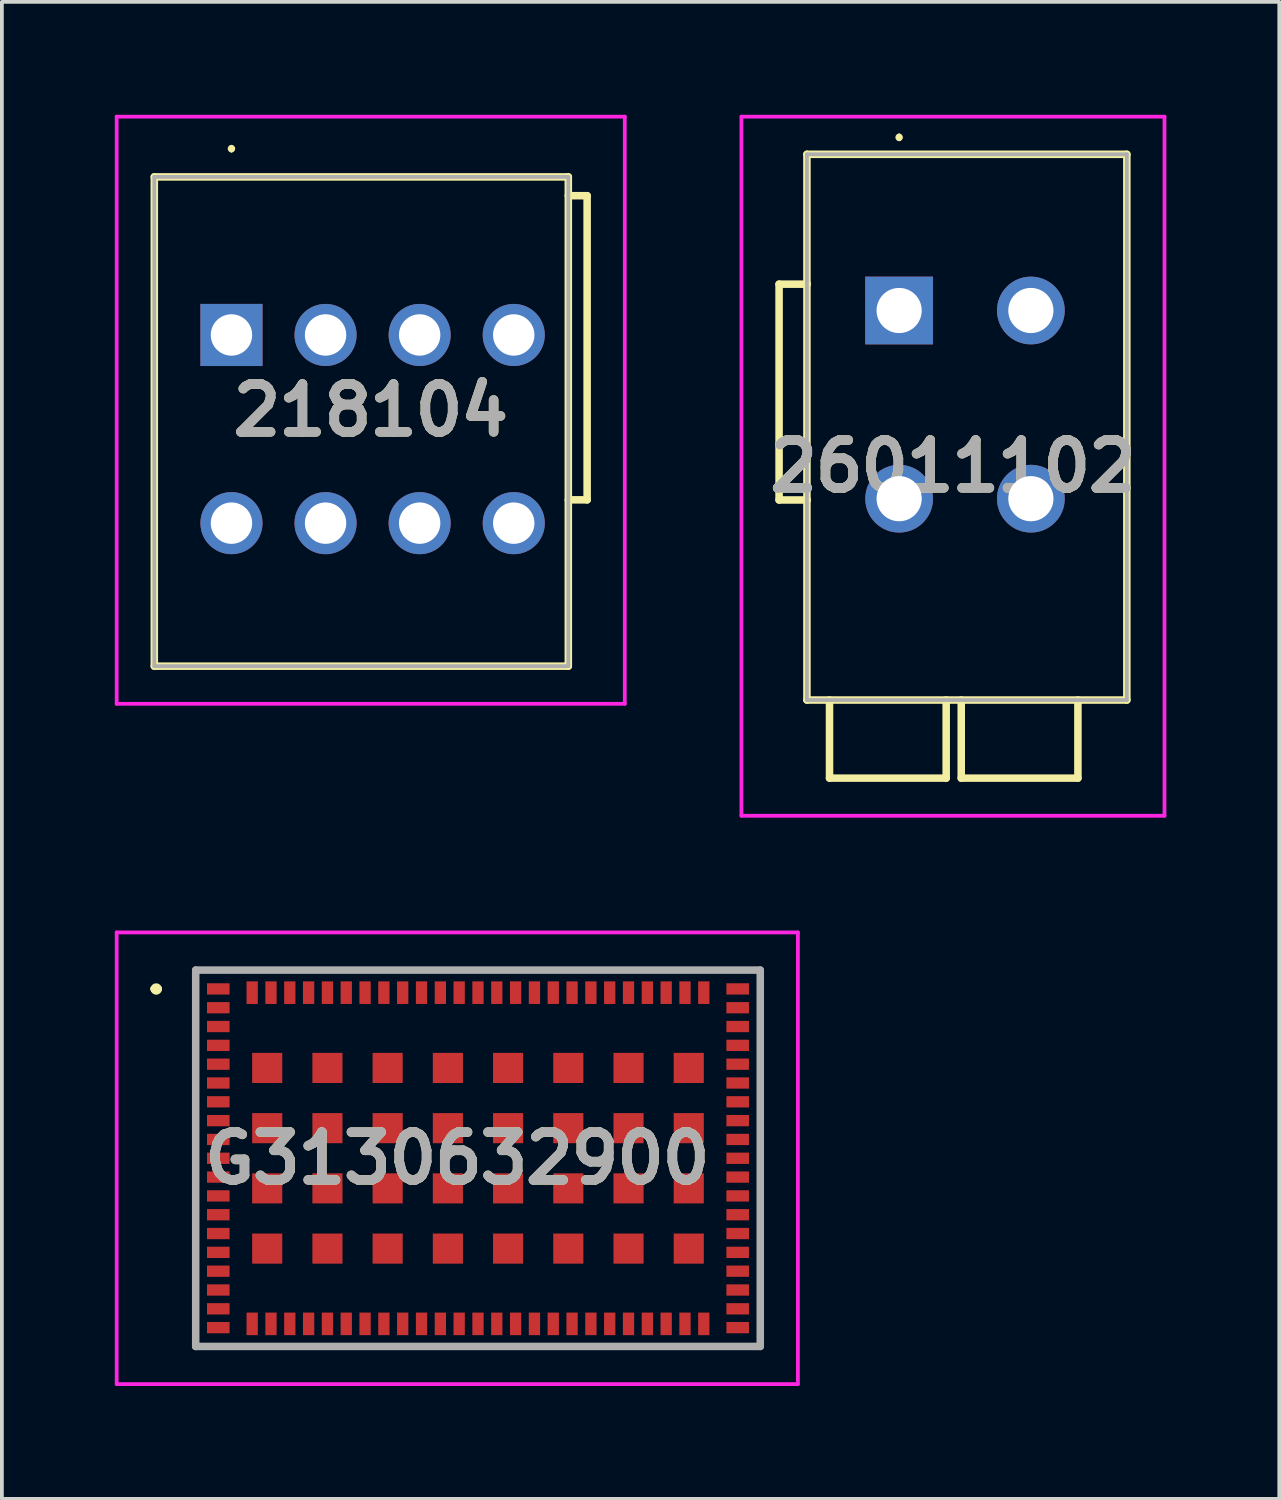
<source format=kicad_pcb>
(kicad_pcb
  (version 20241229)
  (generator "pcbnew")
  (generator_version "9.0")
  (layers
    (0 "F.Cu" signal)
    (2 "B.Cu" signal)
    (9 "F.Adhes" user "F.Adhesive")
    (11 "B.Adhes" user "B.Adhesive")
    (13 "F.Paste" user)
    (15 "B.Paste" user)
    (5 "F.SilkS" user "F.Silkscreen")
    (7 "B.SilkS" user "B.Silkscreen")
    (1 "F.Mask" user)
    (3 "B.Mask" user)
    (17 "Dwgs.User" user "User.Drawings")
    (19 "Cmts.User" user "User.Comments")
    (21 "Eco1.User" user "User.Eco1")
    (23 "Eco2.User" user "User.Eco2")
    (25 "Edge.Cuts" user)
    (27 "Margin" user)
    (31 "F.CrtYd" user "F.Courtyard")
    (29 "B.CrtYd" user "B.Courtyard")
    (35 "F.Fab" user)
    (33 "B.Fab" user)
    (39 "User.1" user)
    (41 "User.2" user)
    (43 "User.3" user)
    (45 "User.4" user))
  (footprint "26011102"
    (layer "F.Cu")
    (at 20.84 5.2)
    (property "Reference" "26011102" (at 1.43 4.138 0) (layer "F.SilkS") (effects (font (size 1.27 1.27) (thickness 0.254))))
    (attr through_hole)
    (fp_line (start -3.19 -0.7) (end -3.19 5.034) (stroke (width 0.2) (type solid)) (layer "F.SilkS"))
    (fp_line (start -3.19 5.034) (end -2.44 5.034) (stroke (width 0.2) (type solid)) (layer "F.SilkS"))
    (fp_line (start -2.45 -4.15) (end 6.05 -4.15) (stroke (width 0.2) (type solid)) (layer "F.SilkS"))
    (fp_line (start -2.45 10.35) (end -2.45 -4.15) (stroke (width 0.2) (type solid)) (layer "F.SilkS"))
    (fp_line (start -2.44 -0.7) (end -3.19 -0.7) (stroke (width 0.2) (type solid)) (layer "F.SilkS"))
    (fp_line (start -1.85 10.35) (end -1.85 12.425) (stroke (width 0.2) (type solid)) (layer "F.SilkS"))
    (fp_line (start -1.85 12.425) (end 1.25 12.425) (stroke (width 0.2) (type solid)) (layer "F.SilkS"))
    (fp_line (start 0 -4.65) (end 0 -4.65) (stroke (width 0.1) (type solid)) (layer "F.SilkS"))
    (fp_line (start 0 -4.55) (end 0 -4.55) (stroke (width 0.1) (type solid)) (layer "F.SilkS"))
    (fp_line (start 1.25 12.425) (end 1.25 10.35) (stroke (width 0.2) (type solid)) (layer "F.SilkS"))
    (fp_line (start 1.65 10.35) (end 1.65 12.425) (stroke (width 0.2) (type solid)) (layer "F.SilkS"))
    (fp_line (start 1.65 12.425) (end 4.75 12.425) (stroke (width 0.2) (type solid)) (layer "F.SilkS"))
    (fp_line (start 4.75 12.425) (end 4.75 10.35) (stroke (width 0.2) (type solid)) (layer "F.SilkS"))
    (fp_line (start 6.05 -4.15) (end 6.05 10.35) (stroke (width 0.2) (type solid)) (layer "F.SilkS"))
    (fp_line (start 6.05 10.35) (end -2.45 10.35) (stroke (width 0.2) (type solid)) (layer "F.SilkS"))
    (fp_arc (start 0 -4.65) (mid 0.05 -4.6) (end 0 -4.55) (stroke (width 0.1) (type solid)) (layer "F.SilkS"))
    (fp_arc (start 0 -4.55) (mid -0.05 -4.6) (end 0 -4.65) (stroke (width 0.1) (type solid)) (layer "F.SilkS"))
    (fp_line (start -4.19 -5.15) (end 7.05 -5.15) (stroke (width 0.1) (type solid)) (layer "F.CrtYd"))
    (fp_line (start -4.19 13.425) (end -4.19 -5.15) (stroke (width 0.1) (type solid)) (layer "F.CrtYd"))
    (fp_line (start 7.05 -5.15) (end 7.05 13.425) (stroke (width 0.1) (type solid)) (layer "F.CrtYd"))
    (fp_line (start 7.05 13.425) (end -4.19 13.425) (stroke (width 0.1) (type solid)) (layer "F.CrtYd"))
    (fp_line (start -2.45 -4.15) (end 6.05 -4.15) (stroke (width 0.1) (type solid)) (layer "F.Fab"))
    (fp_line (start -2.45 10.35) (end -2.45 -4.15) (stroke (width 0.1) (type solid)) (layer "F.Fab"))
    (fp_line (start 6.05 -4.15) (end 6.05 10.35) (stroke (width 0.1) (type solid)) (layer "F.Fab"))
    (fp_line (start 6.05 10.35) (end -2.45 10.35) (stroke (width 0.1) (type solid)) (layer "F.Fab"))
    (fp_text user "${REFERENCE}" (at 1.43 4.138 0) (layer "F.Fab") (effects (font (size 1.27 1.27) (thickness 0.254))))
    (pad "1" thru_hole rect (at 0 0) (size 1.8 1.8) (drill 1.2) (layers "*.Cu" "*.Mask"))
    (pad "2" thru_hole circle (at 0 5) (size 1.8 1.8) (drill 1.2) (layers "*.Cu" "*.Mask"))
    (pad "3" thru_hole circle (at 3.5 0) (size 1.8 1.8) (drill 1.2) (layers "*.Cu" "*.Mask"))
    (pad "4" thru_hole circle (at 3.5 5) (size 1.8 1.8) (drill 1.2) (layers "*.Cu" "*.Mask")))
  (footprint "218104"
    (layer "F.Cu")
    (at 3.1 5.85)
    (property "Reference" "218104" (at 3.7 2 0) (layer "F.SilkS") (effects (font (size 1.27 1.27) (thickness 0.254))))
    (attr through_hole)
    (fp_line (start -2.05 -4.2) (end 8.95 -4.2) (stroke (width 0.2) (type solid)) (layer "F.SilkS"))
    (fp_line (start -2.05 8.8) (end -2.05 -4.2) (stroke (width 0.2) (type solid)) (layer "F.SilkS"))
    (fp_line (start 0 -5) (end 0 -5) (stroke (width 0.1) (type solid)) (layer "F.SilkS"))
    (fp_line (start 0 -4.9) (end 0 -4.9) (stroke (width 0.1) (type solid)) (layer "F.SilkS"))
    (fp_line (start 8.95 -4.2) (end 8.95 8.8) (stroke (width 0.2) (type solid)) (layer "F.SilkS"))
    (fp_line (start 8.95 -3.7) (end 9.45 -3.7) (stroke (width 0.2) (type solid)) (layer "F.SilkS"))
    (fp_line (start 8.95 8.8) (end -2.05 8.8) (stroke (width 0.2) (type solid)) (layer "F.SilkS"))
    (fp_line (start 9.45 -3.7) (end 9.45 4.381) (stroke (width 0.2) (type solid)) (layer "F.SilkS"))
    (fp_line (start 9.45 4.381) (end 8.95 4.381) (stroke (width 0.2) (type solid)) (layer "F.SilkS"))
    (fp_arc (start 0 -5) (mid 0.05 -4.95) (end 0 -4.9) (stroke (width 0.1) (type solid)) (layer "F.SilkS"))
    (fp_arc (start 0 -4.9) (mid -0.05 -4.95) (end 0 -5) (stroke (width 0.1) (type solid)) (layer "F.SilkS"))
    (fp_line (start -3.05 -5.8) (end 10.45 -5.8) (stroke (width 0.1) (type solid)) (layer "F.CrtYd"))
    (fp_line (start -3.05 9.8) (end -3.05 -5.8) (stroke (width 0.1) (type solid)) (layer "F.CrtYd"))
    (fp_line (start 10.45 -5.8) (end 10.45 9.8) (stroke (width 0.1) (type solid)) (layer "F.CrtYd"))
    (fp_line (start 10.45 9.8) (end -3.05 9.8) (stroke (width 0.1) (type solid)) (layer "F.CrtYd"))
    (fp_line (start -2.05 -4.2) (end 8.95 -4.2) (stroke (width 0.1) (type solid)) (layer "F.Fab"))
    (fp_line (start -2.05 8.8) (end -2.05 -4.2) (stroke (width 0.1) (type solid)) (layer "F.Fab"))
    (fp_line (start 8.95 -4.2) (end 8.95 8.8) (stroke (width 0.1) (type solid)) (layer "F.Fab"))
    (fp_line (start 8.95 8.8) (end -2.05 8.8) (stroke (width 0.1) (type solid)) (layer "F.Fab"))
    (fp_text user "${REFERENCE}" (at 3.7 2 0) (layer "F.Fab") (effects (font (size 1.27 1.27) (thickness 0.254))))
    (pad "1" thru_hole rect (at 0 0) (size 1.65 1.65) (drill 1.1) (layers "*.Cu" "*.Mask"))
    (pad "2" thru_hole circle (at 0 5) (size 1.65 1.65) (drill 1.1) (layers "*.Cu" "*.Mask"))
    (pad "3" thru_hole circle (at 2.5 0) (size 1.65 1.65) (drill 1.1) (layers "*.Cu" "*.Mask"))
    (pad "4" thru_hole circle (at 2.5 5) (size 1.65 1.65) (drill 1.1) (layers "*.Cu" "*.Mask"))
    (pad "5" thru_hole circle (at 5 0) (size 1.65 1.65) (drill 1.1) (layers "*.Cu" "*.Mask"))
    (pad "6" thru_hole circle (at 5 5) (size 1.65 1.65) (drill 1.1) (layers "*.Cu" "*.Mask"))
    (pad "7" thru_hole circle (at 7.5 0) (size 1.65 1.65) (drill 1.1) (layers "*.Cu" "*.Mask"))
    (pad "8" thru_hole circle (at 7.5 5) (size 1.65 1.65) (drill 1.1) (layers "*.Cu" "*.Mask")))
  (footprint "G3130632900"
    (layer "F.Cu")
    (at 9.65 27.725)
    (property "Reference" "G3130632900" (at -0.55 0 0) (layer "F.SilkS") (effects (font (size 1.27 1.27) (thickness 0.254))))
    (attr smd)
    (fp_line (start -8.6 -4.5) (end -8.6 -4.5) (stroke (width 0.2) (type solid)) (layer "F.SilkS"))
    (fp_line (start -8.6 -4.5) (end -8.6 -4.5) (stroke (width 0.2) (type solid)) (layer "F.SilkS"))
    (fp_line (start -8.5 -4.5) (end -8.5 -4.5) (stroke (width 0.2) (type solid)) (layer "F.SilkS"))
    (fp_arc (start -8.6 -4.5) (mid -8.55 -4.55) (end -8.5 -4.5) (stroke (width 0.2) (type solid)) (layer "F.SilkS"))
    (fp_arc (start -8.5 -4.5) (mid -8.55 -4.45) (end -8.6 -4.5) (stroke (width 0.2) (type solid)) (layer "F.SilkS"))
    (fp_arc (start -8.5 -4.5) (mid -8.55 -4.45) (end -8.6 -4.5) (stroke (width 0.2) (type solid)) (layer "F.SilkS"))
    (fp_line (start -9.6 -6) (end 8.5 -6) (stroke (width 0.1) (type solid)) (layer "F.CrtYd"))
    (fp_line (start -9.6 6) (end -9.6 -6) (stroke (width 0.1) (type solid)) (layer "F.CrtYd"))
    (fp_line (start 8.5 -6) (end 8.5 6) (stroke (width 0.1) (type solid)) (layer "F.CrtYd"))
    (fp_line (start 8.5 6) (end -9.6 6) (stroke (width 0.1) (type solid)) (layer "F.CrtYd"))
    (fp_line (start -7.5 -5) (end -7.5 5) (stroke (width 0.2) (type solid)) (layer "F.Fab"))
    (fp_line (start -7.5 5) (end 7.5 5) (stroke (width 0.2) (type solid)) (layer "F.Fab"))
    (fp_line (start 7.5 -5) (end -7.5 -5) (stroke (width 0.2) (type solid)) (layer "F.Fab"))
    (fp_line (start 7.5 5) (end 7.5 -5) (stroke (width 0.2) (type solid)) (layer "F.Fab"))
    (fp_text user "${REFERENCE}" (at -0.55 0 0) (layer "F.Fab") (effects (font (size 1.27 1.27) (thickness 0.254))))
    (pad "1" smd rect (at -6.9 -4.5 90) (size 0.3 0.6) (layers "F.Cu" "F.Mask" "F.Paste"))
    (pad "2" smd rect (at -6.9 -4 90) (size 0.3 0.6) (layers "F.Cu" "F.Mask" "F.Paste"))
    (pad "3" smd rect (at -6.9 -3.5 90) (size 0.3 0.6) (layers "F.Cu" "F.Mask" "F.Paste"))
    (pad "4" smd rect (at -6.9 -3 90) (size 0.3 0.6) (layers "F.Cu" "F.Mask" "F.Paste"))
    (pad "5" smd rect (at -6.9 -2.5 90) (size 0.3 0.6) (layers "F.Cu" "F.Mask" "F.Paste"))
    (pad "6" smd rect (at -6.9 -2 90) (size 0.3 0.6) (layers "F.Cu" "F.Mask" "F.Paste"))
    (pad "7" smd rect (at -6.9 -1.5 90) (size 0.3 0.6) (layers "F.Cu" "F.Mask" "F.Paste"))
    (pad "8" smd rect (at -6.9 -1 90) (size 0.3 0.6) (layers "F.Cu" "F.Mask" "F.Paste"))
    (pad "9" smd rect (at -6.9 -0.5 90) (size 0.3 0.6) (layers "F.Cu" "F.Mask" "F.Paste"))
    (pad "10" smd rect (at -6.9 0 90) (size 0.3 0.6) (layers "F.Cu" "F.Mask" "F.Paste"))
    (pad "11" smd rect (at -6.9 0.5 90) (size 0.3 0.6) (layers "F.Cu" "F.Mask" "F.Paste"))
    (pad "12" smd rect (at -6.9 1 90) (size 0.3 0.6) (layers "F.Cu" "F.Mask" "F.Paste"))
    (pad "13" smd rect (at -6.9 1.5 90) (size 0.3 0.6) (layers "F.Cu" "F.Mask" "F.Paste"))
    (pad "14" smd rect (at -6.9 2 90) (size 0.3 0.6) (layers "F.Cu" "F.Mask" "F.Paste"))
    (pad "15" smd rect (at -6.9 2.5 90) (size 0.3 0.6) (layers "F.Cu" "F.Mask" "F.Paste"))
    (pad "16" smd rect (at -6.9 3 90) (size 0.3 0.6) (layers "F.Cu" "F.Mask" "F.Paste"))
    (pad "17" smd rect (at -6.9 3.5 90) (size 0.3 0.6) (layers "F.Cu" "F.Mask" "F.Paste"))
    (pad "18" smd rect (at -6.9 4 90) (size 0.3 0.6) (layers "F.Cu" "F.Mask" "F.Paste"))
    (pad "19" smd rect (at -6.9 4.5 90) (size 0.3 0.6) (layers "F.Cu" "F.Mask" "F.Paste"))
    (pad "20" smd rect (at -6 4.4) (size 0.3 0.6) (layers "F.Cu" "F.Mask" "F.Paste"))
    (pad "21" smd rect (at -5.5 4.4) (size 0.3 0.6) (layers "F.Cu" "F.Mask" "F.Paste"))
    (pad "22" smd rect (at -5 4.4) (size 0.3 0.6) (layers "F.Cu" "F.Mask" "F.Paste"))
    (pad "23" smd rect (at -4.5 4.4) (size 0.3 0.6) (layers "F.Cu" "F.Mask" "F.Paste"))
    (pad "24" smd rect (at -4 4.4) (size 0.3 0.6) (layers "F.Cu" "F.Mask" "F.Paste"))
    (pad "25" smd rect (at -3.5 4.4) (size 0.3 0.6) (layers "F.Cu" "F.Mask" "F.Paste"))
    (pad "26" smd rect (at -3 4.4) (size 0.3 0.6) (layers "F.Cu" "F.Mask" "F.Paste"))
    (pad "27" smd rect (at -2.5 4.4) (size 0.3 0.6) (layers "F.Cu" "F.Mask" "F.Paste"))
    (pad "28" smd rect (at -2 4.4) (size 0.3 0.6) (layers "F.Cu" "F.Mask" "F.Paste"))
    (pad "29" smd rect (at -1.5 4.4) (size 0.3 0.6) (layers "F.Cu" "F.Mask" "F.Paste"))
    (pad "30" smd rect (at -1 4.4) (size 0.3 0.6) (layers "F.Cu" "F.Mask" "F.Paste"))
    (pad "31" smd rect (at -0.5 4.4) (size 0.3 0.6) (layers "F.Cu" "F.Mask" "F.Paste"))
    (pad "32" smd rect (at 0 4.4) (size 0.3 0.6) (layers "F.Cu" "F.Mask" "F.Paste"))
    (pad "33" smd rect (at 0.5 4.4) (size 0.3 0.6) (layers "F.Cu" "F.Mask" "F.Paste"))
    (pad "34" smd rect (at 1 4.4) (size 0.3 0.6) (layers "F.Cu" "F.Mask" "F.Paste"))
    (pad "35" smd rect (at 1.5 4.4) (size 0.3 0.6) (layers "F.Cu" "F.Mask" "F.Paste"))
    (pad "36" smd rect (at 2 4.4) (size 0.3 0.6) (layers "F.Cu" "F.Mask" "F.Paste"))
    (pad "37" smd rect (at 2.5 4.4) (size 0.3 0.6) (layers "F.Cu" "F.Mask" "F.Paste"))
    (pad "38" smd rect (at 3 4.4) (size 0.3 0.6) (layers "F.Cu" "F.Mask" "F.Paste"))
    (pad "39" smd rect (at 3.5 4.4) (size 0.3 0.6) (layers "F.Cu" "F.Mask" "F.Paste"))
    (pad "40" smd rect (at 4 4.4) (size 0.3 0.6) (layers "F.Cu" "F.Mask" "F.Paste"))
    (pad "41" smd rect (at 4.5 4.4) (size 0.3 0.6) (layers "F.Cu" "F.Mask" "F.Paste"))
    (pad "42" smd rect (at 5 4.4) (size 0.3 0.6) (layers "F.Cu" "F.Mask" "F.Paste"))
    (pad "43" smd rect (at 5.5 4.4) (size 0.3 0.6) (layers "F.Cu" "F.Mask" "F.Paste"))
    (pad "44" smd rect (at 6 4.4) (size 0.3 0.6) (layers "F.Cu" "F.Mask" "F.Paste"))
    (pad "45" smd rect (at 6.9 4.5 90) (size 0.3 0.6) (layers "F.Cu" "F.Mask" "F.Paste"))
    (pad "46" smd rect (at 6.9 4 90) (size 0.3 0.6) (layers "F.Cu" "F.Mask" "F.Paste"))
    (pad "47" smd rect (at 6.9 3.5 90) (size 0.3 0.6) (layers "F.Cu" "F.Mask" "F.Paste"))
    (pad "48" smd rect (at 6.9 3 90) (size 0.3 0.6) (layers "F.Cu" "F.Mask" "F.Paste"))
    (pad "49" smd rect (at 6.9 2.5 90) (size 0.3 0.6) (layers "F.Cu" "F.Mask" "F.Paste"))
    (pad "50" smd rect (at 6.9 2 90) (size 0.3 0.6) (layers "F.Cu" "F.Mask" "F.Paste"))
    (pad "51" smd rect (at 6.9 1.5 90) (size 0.3 0.6) (layers "F.Cu" "F.Mask" "F.Paste"))
    (pad "52" smd rect (at 6.9 1 90) (size 0.3 0.6) (layers "F.Cu" "F.Mask" "F.Paste"))
    (pad "53" smd rect (at 6.9 0.5 90) (size 0.3 0.6) (layers "F.Cu" "F.Mask" "F.Paste"))
    (pad "54" smd rect (at 6.9 0 90) (size 0.3 0.6) (layers "F.Cu" "F.Mask" "F.Paste"))
    (pad "55" smd rect (at 6.9 -0.5 90) (size 0.3 0.6) (layers "F.Cu" "F.Mask" "F.Paste"))
    (pad "56" smd rect (at 6.9 -1 90) (size 0.3 0.6) (layers "F.Cu" "F.Mask" "F.Paste"))
    (pad "57" smd rect (at 6.9 -1.5 90) (size 0.3 0.6) (layers "F.Cu" "F.Mask" "F.Paste"))
    (pad "58" smd rect (at 6.9 -2 90) (size 0.3 0.6) (layers "F.Cu" "F.Mask" "F.Paste"))
    (pad "59" smd rect (at 6.9 -2.5 90) (size 0.3 0.6) (layers "F.Cu" "F.Mask" "F.Paste"))
    (pad "60" smd rect (at 6.9 -3 90) (size 0.3 0.6) (layers "F.Cu" "F.Mask" "F.Paste"))
    (pad "61" smd rect (at 6.9 -3.5 90) (size 0.3 0.6) (layers "F.Cu" "F.Mask" "F.Paste"))
    (pad "62" smd rect (at 6.9 -4 90) (size 0.3 0.6) (layers "F.Cu" "F.Mask" "F.Paste"))
    (pad "63" smd rect (at 6.9 -4.5 90) (size 0.3 0.6) (layers "F.Cu" "F.Mask" "F.Paste"))
    (pad "64" smd rect (at 6 -4.4) (size 0.3 0.6) (layers "F.Cu" "F.Mask" "F.Paste"))
    (pad "65" smd rect (at 5.5 -4.4) (size 0.3 0.6) (layers "F.Cu" "F.Mask" "F.Paste"))
    (pad "66" smd rect (at 5 -4.4) (size 0.3 0.6) (layers "F.Cu" "F.Mask" "F.Paste"))
    (pad "67" smd rect (at 4.5 -4.4) (size 0.3 0.6) (layers "F.Cu" "F.Mask" "F.Paste"))
    (pad "68" smd rect (at 4 -4.4) (size 0.3 0.6) (layers "F.Cu" "F.Mask" "F.Paste"))
    (pad "69" smd rect (at 3.5 -4.4) (size 0.3 0.6) (layers "F.Cu" "F.Mask" "F.Paste"))
    (pad "70" smd rect (at 3 -4.4) (size 0.3 0.6) (layers "F.Cu" "F.Mask" "F.Paste"))
    (pad "71" smd rect (at 2.5 -4.4) (size 0.3 0.6) (layers "F.Cu" "F.Mask" "F.Paste"))
    (pad "72" smd rect (at 2 -4.4) (size 0.3 0.6) (layers "F.Cu" "F.Mask" "F.Paste"))
    (pad "73" smd rect (at 1.5 -4.4) (size 0.3 0.6) (layers "F.Cu" "F.Mask" "F.Paste"))
    (pad "74" smd rect (at 1 -4.4) (size 0.3 0.6) (layers "F.Cu" "F.Mask" "F.Paste"))
    (pad "75" smd rect (at 0.5 -4.4) (size 0.3 0.6) (layers "F.Cu" "F.Mask" "F.Paste"))
    (pad "76" smd rect (at 0 -4.4) (size 0.3 0.6) (layers "F.Cu" "F.Mask" "F.Paste"))
    (pad "77" smd rect (at -0.5 -4.4) (size 0.3 0.6) (layers "F.Cu" "F.Mask" "F.Paste"))
    (pad "78" smd rect (at -1 -4.4) (size 0.3 0.6) (layers "F.Cu" "F.Mask" "F.Paste"))
    (pad "79" smd rect (at -1.5 -4.4) (size 0.3 0.6) (layers "F.Cu" "F.Mask" "F.Paste"))
    (pad "80" smd rect (at -2 -4.4) (size 0.3 0.6) (layers "F.Cu" "F.Mask" "F.Paste"))
    (pad "81" smd rect (at -2.5 -4.4) (size 0.3 0.6) (layers "F.Cu" "F.Mask" "F.Paste"))
    (pad "82" smd rect (at -3 -4.4) (size 0.3 0.6) (layers "F.Cu" "F.Mask" "F.Paste"))
    (pad "83" smd rect (at -3.5 -4.4) (size 0.3 0.6) (layers "F.Cu" "F.Mask" "F.Paste"))
    (pad "84" smd rect (at -4 -4.4) (size 0.3 0.6) (layers "F.Cu" "F.Mask" "F.Paste"))
    (pad "85" smd rect (at -4.5 -4.4) (size 0.3 0.6) (layers "F.Cu" "F.Mask" "F.Paste"))
    (pad "86" smd rect (at -5 -4.4) (size 0.3 0.6) (layers "F.Cu" "F.Mask" "F.Paste"))
    (pad "87" smd rect (at -5.5 -4.4) (size 0.3 0.6) (layers "F.Cu" "F.Mask" "F.Paste"))
    (pad "88" smd rect (at -6 -4.4) (size 0.3 0.6) (layers "F.Cu" "F.Mask" "F.Paste"))
    (pad "89" smd rect (at -5.6 -2.4 90) (size 0.8 0.8) (layers "F.Cu" "F.Mask" "F.Paste"))
    (pad "90" smd rect (at -5.6 -0.8 90) (size 0.8 0.8) (layers "F.Cu" "F.Mask" "F.Paste"))
    (pad "91" smd rect (at -5.6 0.8 90) (size 0.8 0.8) (layers "F.Cu" "F.Mask" "F.Paste"))
    (pad "92" smd rect (at -5.6 2.4 90) (size 0.8 0.8) (layers "F.Cu" "F.Mask" "F.Paste"))
    (pad "93" smd rect (at -4 2.4 90) (size 0.8 0.8) (layers "F.Cu" "F.Mask" "F.Paste"))
    (pad "94" smd rect (at -2.4 2.4 90) (size 0.8 0.8) (layers "F.Cu" "F.Mask" "F.Paste"))
    (pad "95" smd rect (at -0.8 2.4 90) (size 0.8 0.8) (layers "F.Cu" "F.Mask" "F.Paste"))
    (pad "96" smd rect (at 0.8 2.4 90) (size 0.8 0.8) (layers "F.Cu" "F.Mask" "F.Paste"))
    (pad "97" smd rect (at 2.4 2.4 90) (size 0.8 0.8) (layers "F.Cu" "F.Mask" "F.Paste"))
    (pad "98" smd rect (at 4 2.4 90) (size 0.8 0.8) (layers "F.Cu" "F.Mask" "F.Paste"))
    (pad "99" smd rect (at 5.6 2.4 90) (size 0.8 0.8) (layers "F.Cu" "F.Mask" "F.Paste"))
    (pad "100" smd rect (at 5.6 0.8 90) (size 0.8 0.8) (layers "F.Cu" "F.Mask" "F.Paste"))
    (pad "101" smd rect (at 5.6 -0.8 90) (size 0.8 0.8) (layers "F.Cu" "F.Mask" "F.Paste"))
    (pad "102" smd rect (at 5.6 -2.4 90) (size 0.8 0.8) (layers "F.Cu" "F.Mask" "F.Paste"))
    (pad "103" smd rect (at 4 -2.4 90) (size 0.8 0.8) (layers "F.Cu" "F.Mask" "F.Paste"))
    (pad "104" smd rect (at 2.4 -2.4 90) (size 0.8 0.8) (layers "F.Cu" "F.Mask" "F.Paste"))
    (pad "105" smd rect (at 0.8 -2.4 90) (size 0.8 0.8) (layers "F.Cu" "F.Mask" "F.Paste"))
    (pad "106" smd rect (at -0.8 -2.4 90) (size 0.8 0.8) (layers "F.Cu" "F.Mask" "F.Paste"))
    (pad "107" smd rect (at -2.4 -2.4 90) (size 0.8 0.8) (layers "F.Cu" "F.Mask" "F.Paste"))
    (pad "108" smd rect (at -4 -2.4 90) (size 0.8 0.8) (layers "F.Cu" "F.Mask" "F.Paste"))
    (pad "109" smd rect (at -4 -0.8 90) (size 0.8 0.8) (layers "F.Cu" "F.Mask" "F.Paste"))
    (pad "110" smd rect (at -4 0.8 90) (size 0.8 0.8) (layers "F.Cu" "F.Mask" "F.Paste"))
    (pad "111" smd rect (at -2.4 0.8 90) (size 0.8 0.8) (layers "F.Cu" "F.Mask" "F.Paste"))
    (pad "112" smd rect (at -0.8 0.8 90) (size 0.8 0.8) (layers "F.Cu" "F.Mask" "F.Paste"))
    (pad "113" smd rect (at 0.8 0.8 90) (size 0.8 0.8) (layers "F.Cu" "F.Mask" "F.Paste"))
    (pad "114" smd rect (at 2.4 0.8 90) (size 0.8 0.8) (layers "F.Cu" "F.Mask" "F.Paste"))
    (pad "115" smd rect (at 4 0.8 90) (size 0.8 0.8) (layers "F.Cu" "F.Mask" "F.Paste"))
    (pad "116" smd rect (at 4 -0.8 90) (size 0.8 0.8) (layers "F.Cu" "F.Mask" "F.Paste"))
    (pad "117" smd rect (at 2.4 -0.8 90) (size 0.8 0.8) (layers "F.Cu" "F.Mask" "F.Paste"))
    (pad "118" smd rect (at 0.8 -0.8 90) (size 0.8 0.8) (layers "F.Cu" "F.Mask" "F.Paste"))
    (pad "119" smd rect (at -0.8 -0.8 90) (size 0.8 0.8) (layers "F.Cu" "F.Mask" "F.Paste"))
    (pad "120" smd rect (at -2.4 -0.8 90) (size 0.8 0.8) (layers "F.Cu" "F.Mask" "F.Paste")))
  (gr_rect
    (start -3 -3)
    (end 30.94 36.775)
    (stroke (width 0.1) (type default))
    (fill no)
    (layer "Edge.Cuts")))
</source>
